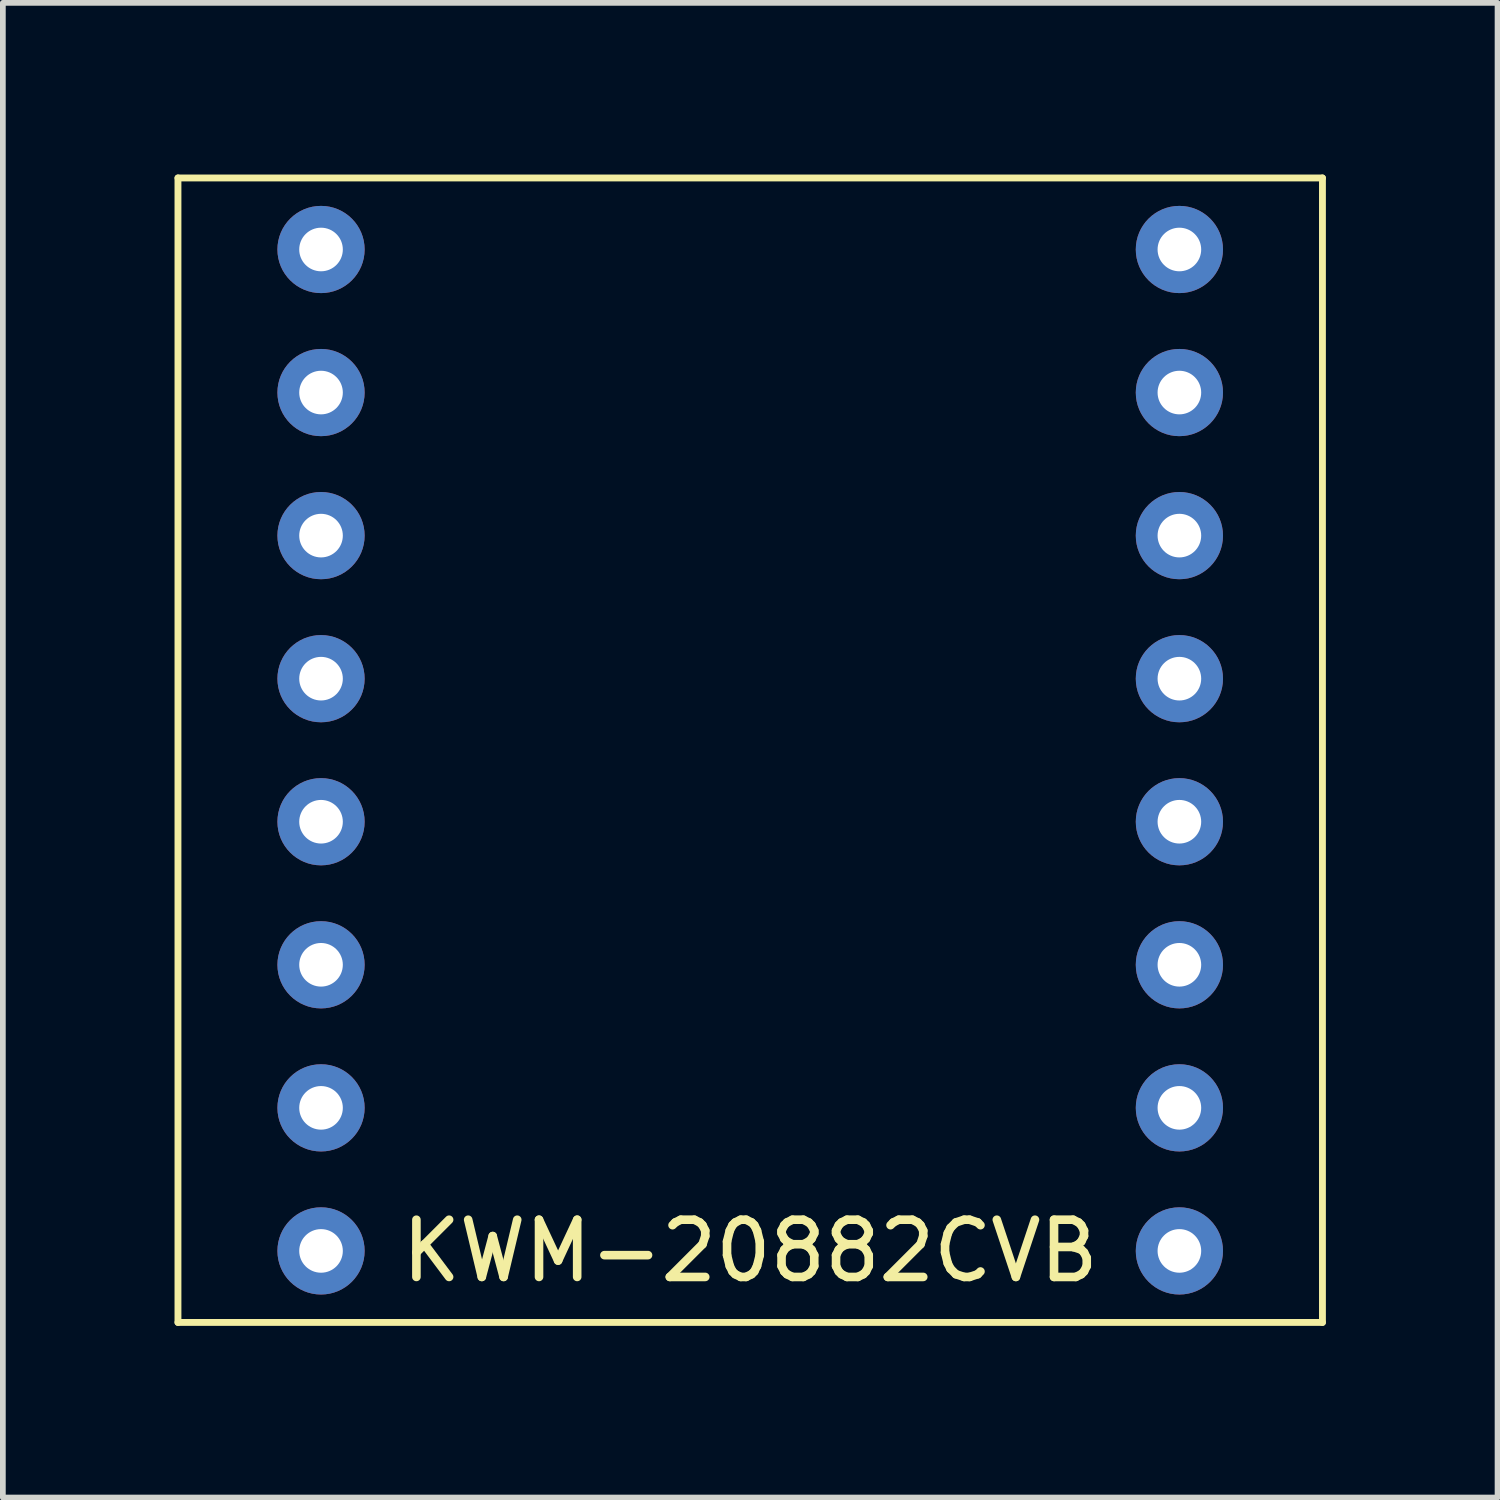
<source format=kicad_pcb>
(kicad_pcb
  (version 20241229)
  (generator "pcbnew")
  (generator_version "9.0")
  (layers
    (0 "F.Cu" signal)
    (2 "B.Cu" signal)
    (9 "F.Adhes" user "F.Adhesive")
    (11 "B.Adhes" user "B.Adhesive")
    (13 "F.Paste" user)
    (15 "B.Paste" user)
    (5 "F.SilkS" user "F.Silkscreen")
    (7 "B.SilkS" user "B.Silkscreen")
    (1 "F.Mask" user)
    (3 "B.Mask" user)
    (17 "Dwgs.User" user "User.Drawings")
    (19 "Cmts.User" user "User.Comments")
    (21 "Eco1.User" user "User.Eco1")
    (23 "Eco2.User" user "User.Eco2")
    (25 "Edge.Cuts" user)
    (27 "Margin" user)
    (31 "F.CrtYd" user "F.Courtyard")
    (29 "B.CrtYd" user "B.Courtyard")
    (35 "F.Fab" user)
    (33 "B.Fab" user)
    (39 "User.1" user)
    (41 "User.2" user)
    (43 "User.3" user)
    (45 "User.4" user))
  (footprint "KWM-20882CVB"
    (layer "F.Cu")
    (at 2.56 1.31)
    (property "Reference" "KWM-20882CVB" (at 7.5 17.5 0) (layer "F.SilkS") (effects (font (size 1 1) (thickness 0.15))))
    (attr through_hole)
    (fp_line (start -2.5 -1.25) (end -2.5 18.75) (stroke (width 0.12) (type solid)) (layer "F.SilkS"))
    (fp_line (start -2.5 18.75) (end 17.5 18.75) (stroke (width 0.12) (type solid)) (layer "F.SilkS"))
    (fp_line (start 17.5 -1.25) (end -2.5 -1.25) (stroke (width 0.12) (type solid)) (layer "F.SilkS"))
    (fp_line (start 17.5 18.75) (end 17.5 -1.25) (stroke (width 0.12) (type solid)) (layer "F.SilkS"))
    (pad "1" thru_hole circle (at 0 0) (size 1.524 1.524) (drill 0.762) (layers "*.Cu" "*.Mask"))
    (pad "2" thru_hole circle (at 0 2.5) (size 1.524 1.524) (drill 0.762) (layers "*.Cu" "*.Mask"))
    (pad "3" thru_hole circle (at 0 5) (size 1.524 1.524) (drill 0.762) (layers "*.Cu" "*.Mask"))
    (pad "4" thru_hole circle (at 0 7.5) (size 1.524 1.524) (drill 0.762) (layers "*.Cu" "*.Mask"))
    (pad "5" thru_hole circle (at 0 10) (size 1.524 1.524) (drill 0.762) (layers "*.Cu" "*.Mask"))
    (pad "6" thru_hole circle (at 0 12.5) (size 1.524 1.524) (drill 0.762) (layers "*.Cu" "*.Mask"))
    (pad "7" thru_hole circle (at 0 15) (size 1.524 1.524) (drill 0.762) (layers "*.Cu" "*.Mask"))
    (pad "8" thru_hole circle (at 0 17.5) (size 1.524 1.524) (drill 0.762) (layers "*.Cu" "*.Mask"))
    (pad "9" thru_hole circle (at 15 17.5) (size 1.524 1.524) (drill 0.762) (layers "*.Cu" "*.Mask"))
    (pad "10" thru_hole circle (at 15 15) (size 1.524 1.524) (drill 0.762) (layers "*.Cu" "*.Mask"))
    (pad "11" thru_hole circle (at 15 12.5) (size 1.524 1.524) (drill 0.762) (layers "*.Cu" "*.Mask"))
    (pad "12" thru_hole circle (at 15 10) (size 1.524 1.524) (drill 0.762) (layers "*.Cu" "*.Mask"))
    (pad "13" thru_hole circle (at 15 7.5) (size 1.524 1.524) (drill 0.762) (layers "*.Cu" "*.Mask"))
    (pad "14" thru_hole circle (at 15 5) (size 1.524 1.524) (drill 0.762) (layers "*.Cu" "*.Mask"))
    (pad "15" thru_hole circle (at 15 2.5) (size 1.524 1.524) (drill 0.762) (layers "*.Cu" "*.Mask"))
    (pad "16" thru_hole circle (at 15 0) (size 1.524 1.524) (drill 0.762) (layers "*.Cu" "*.Mask")))
  (gr_rect
    (start -3 -3)
    (end 23.12 23.12)
    (stroke (width 0.1) (type default))
    (fill no)
    (layer "Edge.Cuts")))
</source>
